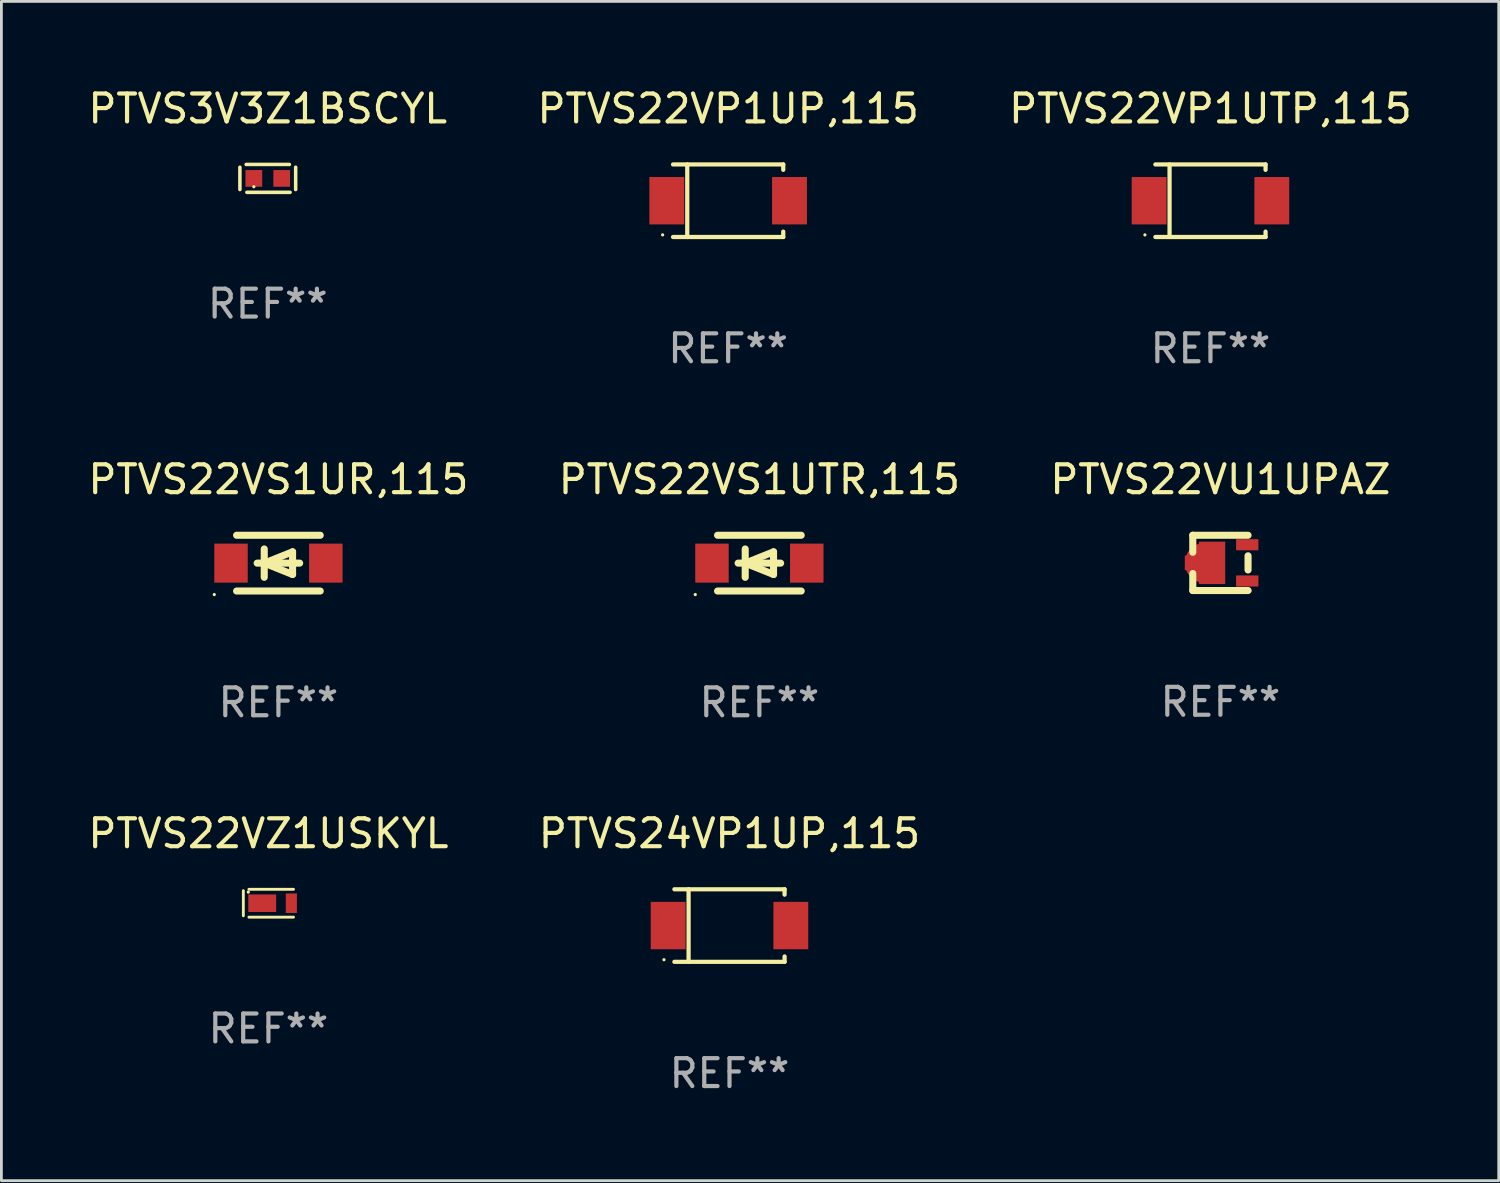
<source format=kicad_pcb>
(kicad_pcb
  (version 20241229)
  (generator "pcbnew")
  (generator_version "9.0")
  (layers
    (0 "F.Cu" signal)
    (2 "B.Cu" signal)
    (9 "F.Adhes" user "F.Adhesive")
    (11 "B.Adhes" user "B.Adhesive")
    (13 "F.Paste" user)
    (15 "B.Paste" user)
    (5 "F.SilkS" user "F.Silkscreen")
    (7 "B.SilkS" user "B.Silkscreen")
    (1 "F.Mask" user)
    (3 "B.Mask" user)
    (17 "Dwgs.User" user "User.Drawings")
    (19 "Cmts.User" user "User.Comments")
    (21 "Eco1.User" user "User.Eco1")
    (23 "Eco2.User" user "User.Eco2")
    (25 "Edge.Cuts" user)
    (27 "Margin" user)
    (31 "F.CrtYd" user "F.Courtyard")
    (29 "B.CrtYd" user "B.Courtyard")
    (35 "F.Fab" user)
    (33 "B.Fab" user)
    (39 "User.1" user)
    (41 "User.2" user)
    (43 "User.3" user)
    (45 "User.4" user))
  (footprint "PTVS24VP1UP,115"
    (layer "F.Cu")
    (at 23.113 30.145)
    (property "Reference" "PTVS24VP1UP,115" (at 0 -3.301 0) (layer "F.SilkS") (effects (font (size 1 1) (thickness 0.15))))
    (attr through_hole)
    (fp_line (start -1.976 -1.301) (end 1.976 -1.301) (stroke (width 0.152) (type solid)) (layer "F.SilkS"))
    (fp_line (start -1.976 1.301) (end 1.976 1.301) (stroke (width 0.152) (type solid)) (layer "F.SilkS"))
    (fp_line (start -1.467 -1.301) (end -1.467 1.301) (stroke (width 0.152) (type solid)) (layer "F.SilkS"))
    (fp_line (start 1.976 -1.301) (end 1.976 -1.108) (stroke (width 0.152) (type solid)) (layer "F.SilkS"))
    (fp_line (start 1.976 1.301) (end 1.976 1.108) (stroke (width 0.152) (type solid)) (layer "F.SilkS"))
    (fp_circle (center -2.35 1.225) (end -2.32 1.225) (stroke (width 0.06) (type solid)) (fill no) (layer "F.SilkS"))
    (fp_text user "REF**" (at 0 5.301 0) (layer "F.Fab") (effects (font (size 1 1) (thickness 0.15))))
    (pad "1" smd rect (at -2.2 0 180) (size 1.25 1.7) (layers "F.Cu" "F.Mask" "F.Paste"))
    (pad "2" smd rect (at 2.2 0 180) (size 1.25 1.7) (layers "F.Cu" "F.Mask" "F.Paste")))
  (footprint "PTVS22VP1UTP,115"
    (layer "F.Cu")
    (at 40.363 4.149)
    (property "Reference" "PTVS22VP1UTP,115" (at 0 -3.301 0) (layer "F.SilkS") (effects (font (size 1 1) (thickness 0.15))))
    (attr through_hole)
    (fp_line (start -1.976 -1.301) (end 1.976 -1.301) (stroke (width 0.152) (type solid)) (layer "F.SilkS"))
    (fp_line (start -1.976 1.301) (end 1.976 1.301) (stroke (width 0.152) (type solid)) (layer "F.SilkS"))
    (fp_line (start -1.467 -1.301) (end -1.467 1.301) (stroke (width 0.152) (type solid)) (layer "F.SilkS"))
    (fp_line (start 1.976 -1.301) (end 1.976 -1.108) (stroke (width 0.152) (type solid)) (layer "F.SilkS"))
    (fp_line (start 1.976 1.301) (end 1.976 1.108) (stroke (width 0.152) (type solid)) (layer "F.SilkS"))
    (fp_circle (center -2.35 1.225) (end -2.32 1.225) (stroke (width 0.06) (type solid)) (fill no) (layer "F.SilkS"))
    (fp_text user "REF**" (at 0 5.301 0) (layer "F.Fab") (effects (font (size 1 1) (thickness 0.15))))
    (pad "1" smd rect (at -2.2 0 180) (size 1.25 1.7) (layers "F.Cu" "F.Mask" "F.Paste"))
    (pad "2" smd rect (at 2.2 0 180) (size 1.25 1.7) (layers "F.Cu" "F.Mask" "F.Paste")))
  (footprint "PTVS22VS1UR,115"
    (layer "F.Cu")
    (at 6.935 17.147)
    (property "Reference" "PTVS22VS1UR,115" (at 0 -3 0) (layer "F.SilkS") (effects (font (size 1 1) (thickness 0.15))))
    (attr through_hole)
    (fp_line (start -1.5 -1) (end 1.5 -1) (stroke (width 0.254) (type solid)) (layer "F.SilkS"))
    (fp_line (start -1.5 1) (end 1.5 1) (stroke (width 0.254) (type solid)) (layer "F.SilkS"))
    (fp_line (start -0.762 0) (end 0.762 0) (stroke (width 0.254) (type solid)) (layer "F.SilkS"))
    (fp_line (start -0.508 -0.508) (end -0.508 0.508) (stroke (width 0.254) (type solid)) (layer "F.SilkS"))
    (fp_line (start -0.508 0) (end 0.508 -0.406) (stroke (width 0.254) (type solid)) (layer "F.SilkS"))
    (fp_line (start 0.508 -0.406) (end 0.508 0.406) (stroke (width 0.254) (type solid)) (layer "F.SilkS"))
    (fp_line (start 0.508 0.406) (end -0.508 0) (stroke (width 0.254) (type solid)) (layer "F.SilkS"))
    (fp_circle (center -2.3 1.127) (end -2.27 1.127) (stroke (width 0.06) (type solid)) (fill no) (layer "F.SilkS"))
    (fp_text user "REF**" (at 0 5 0) (layer "F.Fab") (effects (font (size 1 1) (thickness 0.15))))
    (pad "1" smd rect (at -1.7 0) (size 1.2 1.4) (layers "F.Cu" "F.Mask" "F.Paste"))
    (pad "2" smd rect (at 1.7 0) (size 1.2 1.4) (layers "F.Cu" "F.Mask" "F.Paste")))
  (footprint "PTVS22VU1UPAZ"
    (layer "F.Cu")
    (at 40.72 17.138)
    (property "Reference" "PTVS22VU1UPAZ" (at 0 -2.991 0) (layer "F.SilkS") (effects (font (size 1 1) (thickness 0.15))))
    (attr through_hole)
    (fp_line (start -0.991 -0.991) (end -0.991 -0.381) (stroke (width 0.254) (type solid)) (layer "F.SilkS"))
    (fp_line (start -0.991 0.381) (end -0.991 0.991) (stroke (width 0.254) (type solid)) (layer "F.SilkS"))
    (fp_line (start -0.991 0.991) (end 0.991 0.991) (stroke (width 0.254) (type solid)) (layer "F.SilkS"))
    (fp_line (start 0.991 -0.991) (end -0.991 -0.991) (stroke (width 0.254) (type solid)) (layer "F.SilkS"))
    (fp_line (start 0.991 -0.254) (end 0.991 0.254) (stroke (width 0.254) (type solid)) (layer "F.SilkS"))
    (fp_circle (center 1.054 0.999) (end 1.084 0.999) (stroke (width 0.06) (type solid)) (fill no) (layer "F.SilkS"))
    (fp_text user "REF**" (at 0 4.991 0) (layer "F.Fab") (effects (font (size 1 1) (thickness 0.15))))
    (pad "1" smd rect (at 0.962 0.649 270) (size 0.399 0.8) (layers "F.Cu" "F.Mask" "F.Paste"))
    (pad "2" smd rect (at 0.962 -0.651 270) (size 0.399 0.8) (layers "F.Cu" "F.Mask" "F.Paste"))
    (pad "3" smd custom (at -0.553 -0.001) (size 1.45 1.52) (layers "F.Cu" "F.Mask" "F.Paste") (options (anchor circle)) (primitives (gr_poly (pts (xy -0.725 -0.26) (xy -0.225 -0.26) (xy -0.215 -0.26) (xy -0.215 -0.76) (xy 0.725 -0.76) (xy 0.725 0.75) (xy 0.725 0.76) (xy -0.205 0.76) (xy -0.215 0.76) (xy -0.215 0.75) (xy -0.215 0.26) (xy -0.725 0.26)) (width 0) (fill yes)))))
  (footprint "PTVS3V3Z1BSCYL"
    (layer "F.Cu")
    (at 6.554 3.348)
    (property "Reference" "PTVS3V3Z1BSCYL" (at 0 -2.5 0) (layer "F.SilkS") (effects (font (size 1 1) (thickness 0.15))))
    (attr through_hole)
    (fp_line (start -1 -0.4) (end -1 0.4) (stroke (width 0.127) (type solid)) (layer "F.SilkS"))
    (fp_line (start -0.775 -0.5) (end 0.775 -0.5) (stroke (width 0.127) (type solid)) (layer "F.SilkS"))
    (fp_line (start -0.75 0.5) (end 0.8 0.5) (stroke (width 0.127) (type solid)) (layer "F.SilkS"))
    (fp_line (start 1 -0.4) (end 1 0.4) (stroke (width 0.127) (type solid)) (layer "F.SilkS"))
    (fp_circle (center -0.5 0.3) (end -0.47 0.3) (stroke (width 0.06) (type solid)) (fill no) (layer "F.SilkS"))
    (fp_text user "REF**" (at 0 4.5 0) (layer "F.Fab") (effects (font (size 1 1) (thickness 0.15))))
    (pad "1" smd rect (at -0.5 0) (size 0.6 0.6) (layers "F.Cu" "F.Mask" "F.Paste"))
    (pad "2" smd rect (at 0.5 0) (size 0.6 0.6) (layers "F.Cu" "F.Mask" "F.Paste")))
  (footprint "PTVS22VZ1USKYL"
    (layer "F.Cu")
    (at 6.577 29.344)
    (property "Reference" "PTVS22VZ1USKYL" (at 0 -2.5 0) (layer "F.SilkS") (effects (font (size 1 1) (thickness 0.15))))
    (attr through_hole)
    (fp_line (start -0.9 -0.45) (end -0.9 0.45) (stroke (width 0.102) (type solid)) (layer "F.SilkS"))
    (fp_line (start -0.7 -0.5) (end 0.9 -0.5) (stroke (width 0.102) (type solid)) (layer "F.SilkS"))
    (fp_line (start -0.7 0.5) (end 0.9 0.5) (stroke (width 0.102) (type solid)) (layer "F.SilkS"))
    (fp_circle (center -0.722 -0.4) (end -0.692 -0.4) (stroke (width 0.06) (type solid)) (fill no) (layer "F.SilkS"))
    (fp_text user "REF**" (at 0 4.5 0) (layer "F.Fab") (effects (font (size 1 1) (thickness 0.15))))
    (pad "1" smd rect (at -0.222 -0.000025 180) (size 1 0.63) (layers "F.Cu" "F.Mask" "F.Paste"))
    (pad "2" smd rect (at 0.822 -0.000025 180) (size 0.4 0.7) (layers "F.Cu" "F.Mask" "F.Paste")))
  (footprint "PTVS22VP1UP,115"
    (layer "F.Cu")
    (at 23.065 4.149)
    (property "Reference" "PTVS22VP1UP,115" (at 0 -3.301 0) (layer "F.SilkS") (effects (font (size 1 1) (thickness 0.15))))
    (attr through_hole)
    (fp_line (start -1.976 -1.301) (end 1.976 -1.301) (stroke (width 0.152) (type solid)) (layer "F.SilkS"))
    (fp_line (start -1.976 1.301) (end 1.976 1.301) (stroke (width 0.152) (type solid)) (layer "F.SilkS"))
    (fp_line (start -1.467 -1.301) (end -1.467 1.301) (stroke (width 0.152) (type solid)) (layer "F.SilkS"))
    (fp_line (start 1.976 -1.301) (end 1.976 -1.108) (stroke (width 0.152) (type solid)) (layer "F.SilkS"))
    (fp_line (start 1.976 1.301) (end 1.976 1.108) (stroke (width 0.152) (type solid)) (layer "F.SilkS"))
    (fp_circle (center -2.35 1.225) (end -2.32 1.225) (stroke (width 0.06) (type solid)) (fill no) (layer "F.SilkS"))
    (fp_text user "REF**" (at 0 5.301 0) (layer "F.Fab") (effects (font (size 1 1) (thickness 0.15))))
    (pad "1" smd rect (at -2.2 0 180) (size 1.25 1.7) (layers "F.Cu" "F.Mask" "F.Paste"))
    (pad "2" smd rect (at 2.2 0 180) (size 1.25 1.7) (layers "F.Cu" "F.Mask" "F.Paste")))
  (footprint "PTVS22VS1UTR,115"
    (layer "F.Cu")
    (at 24.185 17.147)
    (property "Reference" "PTVS22VS1UTR,115" (at 0 -3 0) (layer "F.SilkS") (effects (font (size 1 1) (thickness 0.15))))
    (attr through_hole)
    (fp_line (start -1.5 -1) (end 1.5 -1) (stroke (width 0.254) (type solid)) (layer "F.SilkS"))
    (fp_line (start -1.5 1) (end 1.5 1) (stroke (width 0.254) (type solid)) (layer "F.SilkS"))
    (fp_line (start -0.762 0) (end 0.762 0) (stroke (width 0.254) (type solid)) (layer "F.SilkS"))
    (fp_line (start -0.508 -0.508) (end -0.508 0.508) (stroke (width 0.254) (type solid)) (layer "F.SilkS"))
    (fp_line (start -0.508 0) (end 0.508 -0.406) (stroke (width 0.254) (type solid)) (layer "F.SilkS"))
    (fp_line (start 0.508 -0.406) (end 0.508 0.406) (stroke (width 0.254) (type solid)) (layer "F.SilkS"))
    (fp_line (start 0.508 0.406) (end -0.508 0) (stroke (width 0.254) (type solid)) (layer "F.SilkS"))
    (fp_circle (center -2.3 1.127) (end -2.27 1.127) (stroke (width 0.06) (type solid)) (fill no) (layer "F.SilkS"))
    (fp_text user "REF**" (at 0 5 0) (layer "F.Fab") (effects (font (size 1 1) (thickness 0.15))))
    (pad "1" smd rect (at -1.7 0) (size 1.2 1.4) (layers "F.Cu" "F.Mask" "F.Paste"))
    (pad "2" smd rect (at 1.7 0) (size 1.2 1.4) (layers "F.Cu" "F.Mask" "F.Paste")))
  (gr_rect
    (start -3 -3)
    (end 50.702 39.294)
    (stroke (width 0.1) (type default))
    (fill no)
    (layer "Edge.Cuts")))
</source>
